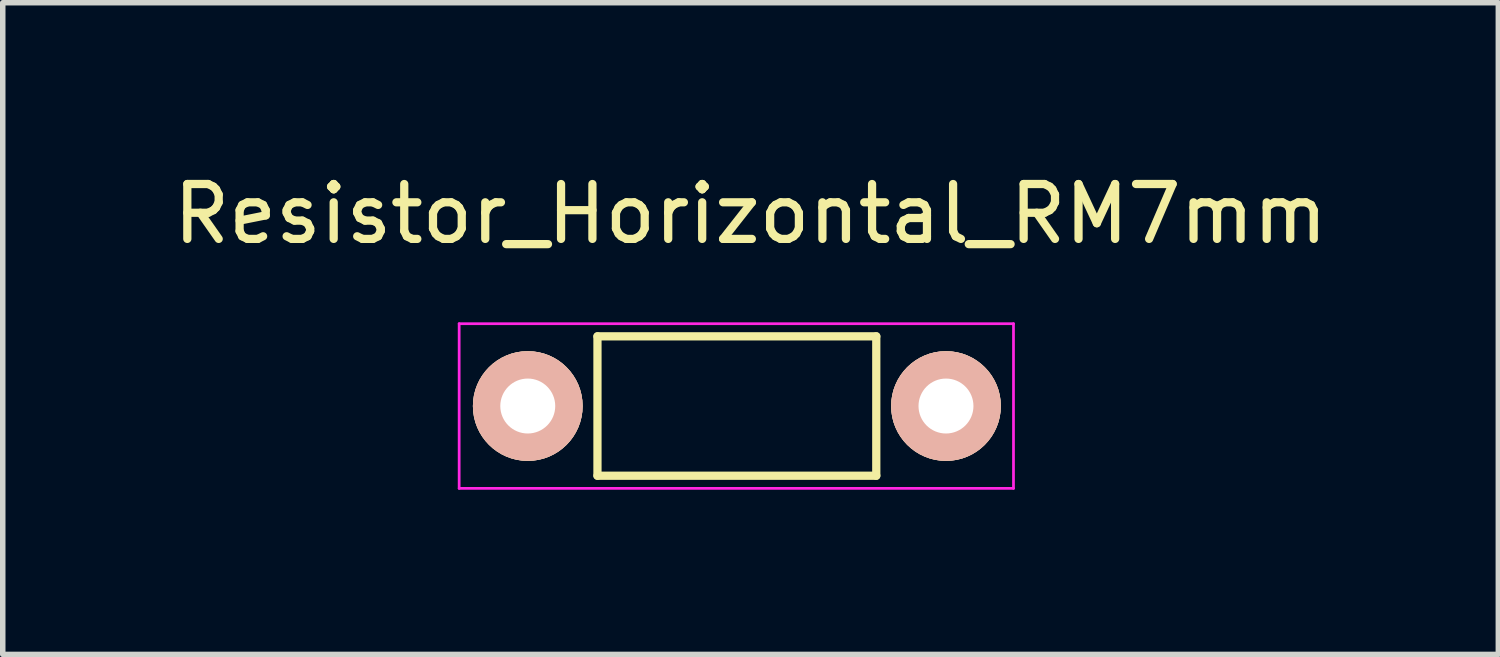
<source format=kicad_pcb>
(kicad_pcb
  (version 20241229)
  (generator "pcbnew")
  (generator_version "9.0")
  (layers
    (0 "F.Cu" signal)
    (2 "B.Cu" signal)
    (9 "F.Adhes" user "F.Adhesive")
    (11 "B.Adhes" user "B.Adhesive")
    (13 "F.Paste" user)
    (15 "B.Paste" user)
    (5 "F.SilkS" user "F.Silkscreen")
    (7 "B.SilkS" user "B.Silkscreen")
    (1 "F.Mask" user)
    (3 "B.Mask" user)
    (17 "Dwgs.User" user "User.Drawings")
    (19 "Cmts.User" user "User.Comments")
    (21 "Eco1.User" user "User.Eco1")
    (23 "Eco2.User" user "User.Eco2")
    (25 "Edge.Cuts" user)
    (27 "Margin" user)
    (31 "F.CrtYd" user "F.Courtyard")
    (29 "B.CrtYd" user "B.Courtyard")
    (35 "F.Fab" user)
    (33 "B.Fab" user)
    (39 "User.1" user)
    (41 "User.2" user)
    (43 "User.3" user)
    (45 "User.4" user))
  (footprint "Resistor_Horizontal_RM7mm"
    (layer "F.Cu")
    (at 6.566 4.348)
    (property "Reference" "Resistor_Horizontal_RM7mm" (at 4.059 -3.5 0) (layer "F.SilkS") (effects (font (size 1 1) (thickness 0.15))))
    (attr through_hole)
    (fp_line (start 1.27 -1.27) (end 6.35 -1.27) (stroke (width 0.15) (type solid)) (layer "F.SilkS"))
    (fp_line (start 1.27 1.27) (end 1.27 -1.27) (stroke (width 0.15) (type solid)) (layer "F.SilkS"))
    (fp_line (start 6.35 -1.27) (end 6.35 1.27) (stroke (width 0.15) (type solid)) (layer "F.SilkS"))
    (fp_line (start 6.35 1.27) (end 1.27 1.27) (stroke (width 0.15) (type solid)) (layer "F.SilkS"))
    (fp_line (start -1.25 -1.5) (end 8.85 -1.5) (stroke (width 0.05) (type solid)) (layer "F.CrtYd"))
    (fp_line (start -1.25 1.5) (end -1.25 -1.5) (stroke (width 0.05) (type solid)) (layer "F.CrtYd"))
    (fp_line (start -1.25 1.5) (end 8.85 1.5) (stroke (width 0.05) (type solid)) (layer "F.CrtYd"))
    (fp_line (start 8.85 -1.5) (end 8.85 1.5) (stroke (width 0.05) (type solid)) (layer "F.CrtYd"))
    (pad "1" thru_hole circle (at 0 0) (size 1.999 1.999) (drill 1.001) (layers "*.Cu" "*.SilkS" "*.Mask"))
    (pad "2" thru_hole circle (at 7.62 0) (size 1.999 1.999) (drill 1.001) (layers "*.Cu" "*.SilkS" "*.Mask")))
  (gr_rect
    (start -3 -3)
    (end 24.25 8.873)
    (stroke (width 0.1) (type default))
    (fill no)
    (layer "Edge.Cuts")))
</source>
